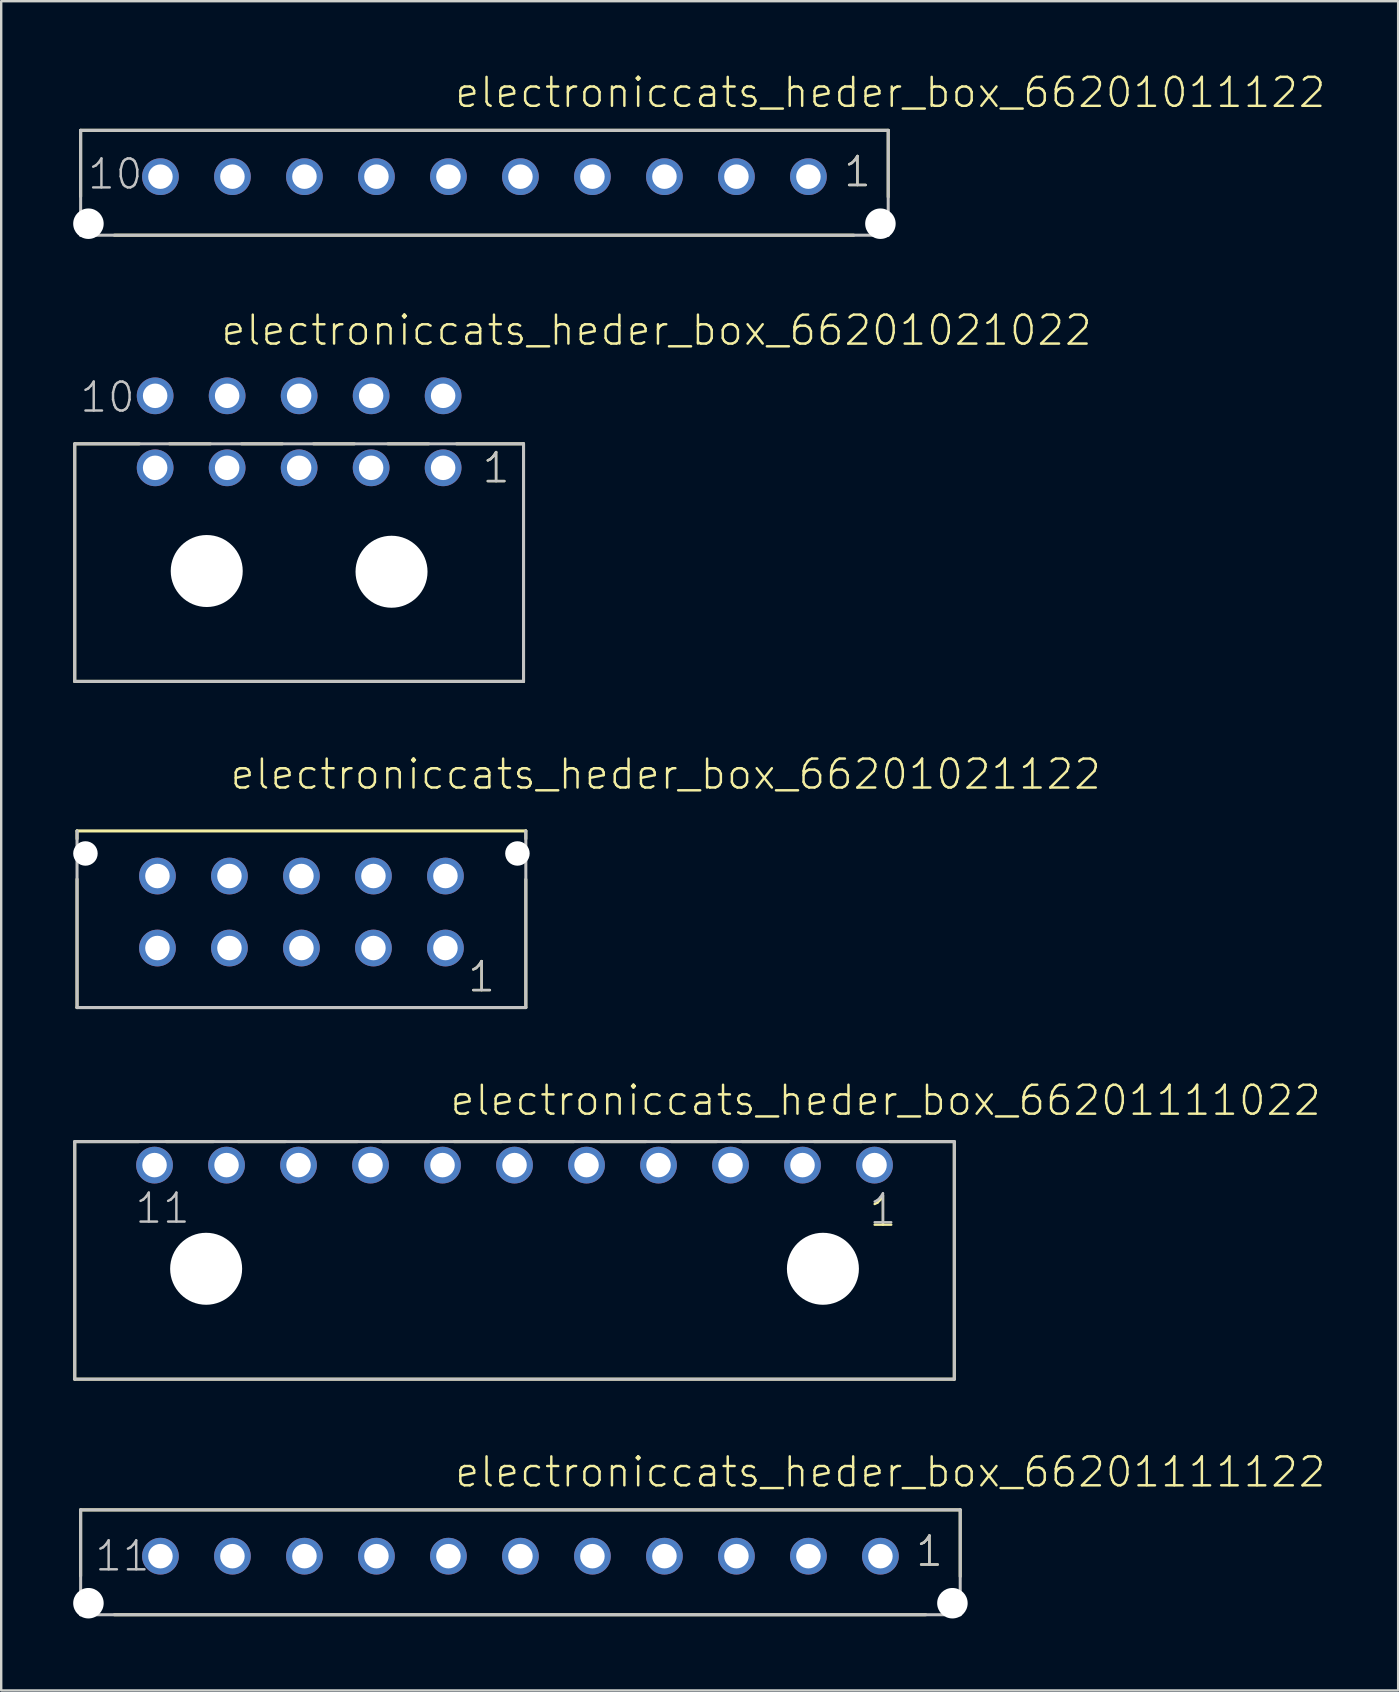
<source format=kicad_pcb>
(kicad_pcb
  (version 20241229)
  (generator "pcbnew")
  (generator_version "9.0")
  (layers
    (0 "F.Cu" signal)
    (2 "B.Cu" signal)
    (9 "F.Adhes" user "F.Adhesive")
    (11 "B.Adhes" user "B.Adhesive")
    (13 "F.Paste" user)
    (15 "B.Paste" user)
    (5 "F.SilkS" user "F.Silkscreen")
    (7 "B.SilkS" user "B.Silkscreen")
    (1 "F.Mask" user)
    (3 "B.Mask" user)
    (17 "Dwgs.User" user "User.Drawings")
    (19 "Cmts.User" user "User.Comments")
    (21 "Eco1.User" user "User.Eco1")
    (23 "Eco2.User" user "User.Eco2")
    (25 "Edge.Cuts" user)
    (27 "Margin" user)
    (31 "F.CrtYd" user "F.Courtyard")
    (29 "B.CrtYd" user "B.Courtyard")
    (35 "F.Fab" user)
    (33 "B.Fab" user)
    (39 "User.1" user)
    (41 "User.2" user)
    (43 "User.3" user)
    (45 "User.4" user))
  (footprint "electroniccats_heder_box_66201021022"
    (layer "F.Cu")
    (at 9.414 20.743)
    (property "Reference" "electroniccats_heder_box_66201021022" (at -3.32 -9.325 0) (layer "F.SilkS") (effects (font (size 1.206 1.206) (thickness 0.102)) (justify left bottom)))
    (attr through_hole)
    (fp_line (start -9.35 4.6) (end -9.35 -5.3) (stroke (width 0.127) (type solid)) (layer "F.SilkS"))
    (fp_line (start -6.66 -5.3) (end -9.35 -5.3) (stroke (width 0.127) (type solid)) (layer "F.SilkS"))
    (fp_line (start -5.4 -5.3) (end -3.7 -5.3) (stroke (width 0.127) (type solid)) (layer "F.SilkS"))
    (fp_line (start -2.4 -5.3) (end -0.7 -5.3) (stroke (width 0.127) (type solid)) (layer "F.SilkS"))
    (fp_line (start 0.6 -5.3) (end 2.3 -5.3) (stroke (width 0.127) (type solid)) (layer "F.SilkS"))
    (fp_line (start 3.7 -5.3) (end 5.4 -5.3) (stroke (width 0.127) (type solid)) (layer "F.SilkS"))
    (fp_line (start 6.56 -5.3) (end 9.35 -5.3) (stroke (width 0.127) (type solid)) (layer "F.SilkS"))
    (fp_line (start 9.35 -5.3) (end 9.35 4.6) (stroke (width 0.127) (type solid)) (layer "F.SilkS"))
    (fp_line (start 9.35 4.6) (end -9.35 4.6) (stroke (width 0.127) (type solid)) (layer "F.SilkS"))
    (fp_line (start -9.35 -5.3) (end 9.35 -5.3) (stroke (width 0.127) (type solid)) (layer "Dwgs.User"))
    (fp_line (start -9.35 4.6) (end -9.35 -5.3) (stroke (width 0.127) (type solid)) (layer "Dwgs.User"))
    (fp_line (start 9.35 -5.3) (end 9.35 4.6) (stroke (width 0.127) (type solid)) (layer "Dwgs.User"))
    (fp_line (start 9.35 4.6) (end -9.35 4.6) (stroke (width 0.127) (type solid)) (layer "Dwgs.User"))
    (fp_text user "1" (at 7.565 -3.595 0) (layer "F.SilkS") (effects (font (size 1.206 1.206) (thickness 0.102)) (justify left bottom)))
    (fp_text user "10" (at -9.2 -6.535 0) (layer "Dwgs.User") (effects (font (size 1.206 1.206) (thickness 0.102)) (justify left bottom)))
    (fp_text user "1" (at 7.565 -3.595 0) (layer "Dwgs.User") (effects (font (size 1.206 1.206) (thickness 0.102)) (justify left bottom)))
    (pad "" np_thru_hole circle (at -3.85 0) (size 3 3) (drill 3) (layers "*.Cu"))
    (pad "" np_thru_hole circle (at 3.85 0.03) (size 3 3) (drill 3) (layers "*.Cu"))
    (pad "1" thru_hole circle (at 6 -4.3) (size 1.53 1.53) (drill 1.02) (layers "*.Cu" "*.Mask"))
    (pad "2" thru_hole circle (at 3 -4.3) (size 1.53 1.53) (drill 1.02) (layers "*.Cu" "*.Mask"))
    (pad "3" thru_hole circle (at 0 -4.3) (size 1.53 1.53) (drill 1.02) (layers "*.Cu" "*.Mask"))
    (pad "4" thru_hole circle (at -3 -4.3) (size 1.53 1.53) (drill 1.02) (layers "*.Cu" "*.Mask"))
    (pad "5" thru_hole circle (at -6 -4.3) (size 1.53 1.53) (drill 1.02) (layers "*.Cu" "*.Mask"))
    (pad "6" thru_hole circle (at 6 -7.3) (size 1.53 1.53) (drill 1.02) (layers "*.Cu" "*.Mask"))
    (pad "7" thru_hole circle (at 3 -7.3) (size 1.53 1.53) (drill 1.02) (layers "*.Cu" "*.Mask"))
    (pad "8" thru_hole circle (at 0 -7.3) (size 1.53 1.53) (drill 1.02) (layers "*.Cu" "*.Mask"))
    (pad "9" thru_hole circle (at -3 -7.3) (size 1.53 1.53) (drill 1.02) (layers "*.Cu" "*.Mask"))
    (pad "10" thru_hole circle (at -6 -7.3) (size 1.53 1.53) (drill 1.02) (layers "*.Cu" "*.Mask")))
  (footprint "electroniccats_heder_box_66201011122"
    (layer "F.Cu")
    (at 17.135 4.311)
    (property "Reference" "electroniccats_heder_box_66201011122" (at -1.3 -2.8 0) (layer "F.SilkS") (effects (font (size 1.206 1.206) (thickness 0.102)) (justify left bottom)))
    (attr through_hole)
    (fp_line (start -16.825 -1.93) (end 16.825 -1.93) (stroke (width 0.127) (type solid)) (layer "F.SilkS"))
    (fp_line (start -16.825 0.825) (end -16.825 -1.93) (stroke (width 0.127) (type solid)) (layer "F.SilkS"))
    (fp_line (start -15.42 2.44) (end 15.39 2.44) (stroke (width 0.127) (type solid)) (layer "F.SilkS"))
    (fp_line (start 16.825 -1.93) (end 16.825 0.845) (stroke (width 0.127) (type solid)) (layer "F.SilkS"))
    (fp_line (start -16.825 -1.93) (end 16.825 -1.93) (stroke (width 0.127) (type solid)) (layer "Dwgs.User"))
    (fp_line (start -16.825 2.44) (end -16.825 -1.93) (stroke (width 0.127) (type solid)) (layer "Dwgs.User"))
    (fp_line (start 16.825 -1.93) (end 16.825 2.44) (stroke (width 0.127) (type solid)) (layer "Dwgs.User"))
    (fp_line (start 16.825 2.44) (end -16.825 2.44) (stroke (width 0.127) (type solid)) (layer "Dwgs.User"))
    (fp_text user "1" (at 14.9 0.5 0) (layer "F.SilkS") (effects (font (size 1.206 1.206) (thickness 0.102)) (justify left bottom)))
    (fp_text user "1" (at 14.9 0.5 0) (layer "Dwgs.User") (effects (font (size 1.206 1.206) (thickness 0.102)) (justify left bottom)))
    (fp_text user "10" (at -16.6 0.6 0) (layer "Dwgs.User") (effects (font (size 1.206 1.206) (thickness 0.102)) (justify left bottom)))
    (pad "" np_thru_hole circle (at -16.5 1.96) (size 1.27 1.27) (drill 1.27) (layers "*.Cu"))
    (pad "" np_thru_hole circle (at 16.5 1.96) (size 1.27 1.27) (drill 1.27) (layers "*.Cu"))
    (pad "1" thru_hole circle (at 13.5 0) (size 1.53 1.53) (drill 1.02) (layers "*.Cu" "*.Mask"))
    (pad "2" thru_hole circle (at 10.5 0) (size 1.53 1.53) (drill 1.02) (layers "*.Cu" "*.Mask"))
    (pad "3" thru_hole circle (at 7.5 0) (size 1.53 1.53) (drill 1.02) (layers "*.Cu" "*.Mask"))
    (pad "4" thru_hole circle (at 4.5 0) (size 1.53 1.53) (drill 1.02) (layers "*.Cu" "*.Mask"))
    (pad "5" thru_hole circle (at 1.5 0) (size 1.53 1.53) (drill 1.02) (layers "*.Cu" "*.Mask"))
    (pad "6" thru_hole circle (at -1.5 0) (size 1.53 1.53) (drill 1.02) (layers "*.Cu" "*.Mask"))
    (pad "7" thru_hole circle (at -4.5 0) (size 1.53 1.53) (drill 1.02) (layers "*.Cu" "*.Mask"))
    (pad "8" thru_hole circle (at -7.5 0) (size 1.53 1.53) (drill 1.02) (layers "*.Cu" "*.Mask"))
    (pad "9" thru_hole circle (at -10.5 0) (size 1.53 1.53) (drill 1.02) (layers "*.Cu" "*.Mask"))
    (pad "10" thru_hole circle (at -13.5 0) (size 1.53 1.53) (drill 1.02) (layers "*.Cu" "*.Mask")))
  (footprint "electroniccats_heder_box_66201021122"
    (layer "F.Cu")
    (at 9.51 34.952)
    (property "Reference" "electroniccats_heder_box_66201021122" (at -3.035 -5.035 0) (layer "F.SilkS") (effects (font (size 1.206 1.206) (thickness 0.102)) (justify left bottom)))
    (attr through_hole)
    (fp_line (start -9.35 -3.05) (end -9.35 -3.38) (stroke (width 0.127) (type solid)) (layer "F.SilkS"))
    (fp_line (start -9.35 -1.37) (end -9.35 3.98) (stroke (width 0.127) (type solid)) (layer "F.SilkS"))
    (fp_line (start -9.35 3.98) (end 9.35 3.98) (stroke (width 0.127) (type solid)) (layer "F.SilkS"))
    (fp_line (start 9.35 -3.38) (end -9.35 -3.38) (stroke (width 0.127) (type solid)) (layer "F.SilkS"))
    (fp_line (start 9.35 -3.05) (end 9.35 -3.38) (stroke (width 0.127) (type solid)) (layer "F.SilkS"))
    (fp_line (start 9.35 -1.36) (end 9.35 3.94) (stroke (width 0.127) (type solid)) (layer "F.SilkS"))
    (fp_line (start -9.35 -3.38) (end -9.35 3.98) (stroke (width 0.127) (type solid)) (layer "Dwgs.User"))
    (fp_line (start -9.35 3.98) (end 9.35 3.98) (stroke (width 0.127) (type solid)) (layer "Dwgs.User"))
    (fp_line (start 9.35 3.98) (end 9.35 -3.38) (stroke (width 0.127) (type solid)) (layer "Dwgs.User"))
    (fp_text user "1" (at 6.865 3.405 0) (layer "F.SilkS") (effects (font (size 1.206 1.206) (thickness 0.102)) (justify left bottom)))
    (fp_text user "1" (at 6.865 3.405 0) (layer "Dwgs.User") (effects (font (size 1.206 1.206) (thickness 0.102)) (justify left bottom)))
    (pad "" np_thru_hole circle (at -9 -2.44) (size 1.02 1.02) (drill 1.02) (layers "*.Cu"))
    (pad "" np_thru_hole circle (at 9 -2.44) (size 1.02 1.02) (drill 1.02) (layers "*.Cu"))
    (pad "1" thru_hole circle (at 6 1.5) (size 1.53 1.53) (drill 1.02) (layers "*.Cu" "*.Mask"))
    (pad "2" thru_hole circle (at 3 1.5) (size 1.53 1.53) (drill 1.02) (layers "*.Cu" "*.Mask"))
    (pad "3" thru_hole circle (at 0 1.5) (size 1.53 1.53) (drill 1.02) (layers "*.Cu" "*.Mask"))
    (pad "4" thru_hole circle (at -3 1.5) (size 1.53 1.53) (drill 1.02) (layers "*.Cu" "*.Mask"))
    (pad "5" thru_hole circle (at -6 1.5) (size 1.53 1.53) (drill 1.02) (layers "*.Cu" "*.Mask"))
    (pad "6" thru_hole circle (at 6 -1.5) (size 1.53 1.53) (drill 1.02) (layers "*.Cu" "*.Mask"))
    (pad "7" thru_hole circle (at 3 -1.5) (size 1.53 1.53) (drill 1.02) (layers "*.Cu" "*.Mask"))
    (pad "8" thru_hole circle (at 0 -1.5) (size 1.53 1.53) (drill 1.02) (layers "*.Cu" "*.Mask"))
    (pad "9" thru_hole circle (at -3 -1.5) (size 1.53 1.53) (drill 1.02) (layers "*.Cu" "*.Mask"))
    (pad "10" thru_hole circle (at -6 -1.5) (size 1.53 1.53) (drill 1.02) (layers "*.Cu" "*.Mask")))
  (footprint "electroniccats_heder_box_66201111022"
    (layer "F.Cu")
    (at 18.389 49.817)
    (property "Reference" "electroniccats_heder_box_66201111022" (at -2.75 -6.31 0) (layer "F.SilkS") (effects (font (size 1.206 1.206) (thickness 0.102)) (justify left bottom)))
    (attr through_hole)
    (fp_line (start -18.325 4.6) (end -18.325 -5.3) (stroke (width 0.127) (type solid)) (layer "F.SilkS"))
    (fp_line (start -18.3 -5.3) (end -15.65 -5.3) (stroke (width 0.127) (type solid)) (layer "F.SilkS"))
    (fp_line (start -14.52 -5.3) (end -12.54 -5.3) (stroke (width 0.127) (type solid)) (layer "F.SilkS"))
    (fp_line (start -11.52 -5.3) (end -9.54 -5.3) (stroke (width 0.127) (type solid)) (layer "F.SilkS"))
    (fp_line (start -8.52 -5.3) (end -6.54 -5.3) (stroke (width 0.127) (type solid)) (layer "F.SilkS"))
    (fp_line (start -5.52 -5.3) (end -3.54 -5.3) (stroke (width 0.127) (type solid)) (layer "F.SilkS"))
    (fp_line (start -2.52 -5.3) (end -0.54 -5.3) (stroke (width 0.127) (type solid)) (layer "F.SilkS"))
    (fp_line (start 0.58 -5.3) (end 2.48 -5.3) (stroke (width 0.127) (type solid)) (layer "F.SilkS"))
    (fp_line (start 3.58 -5.3) (end 5.48 -5.3) (stroke (width 0.127) (type solid)) (layer "F.SilkS"))
    (fp_line (start 6.53 -5.3) (end 8.43 -5.3) (stroke (width 0.127) (type solid)) (layer "F.SilkS"))
    (fp_line (start 9.48 -5.3) (end 11.46 -5.3) (stroke (width 0.127) (type solid)) (layer "F.SilkS"))
    (fp_line (start 12.48 -5.3) (end 14.46 -5.3) (stroke (width 0.127) (type solid)) (layer "F.SilkS"))
    (fp_line (start 15.63 -5.3) (end 18.3 -5.3) (stroke (width 0.127) (type solid)) (layer "F.SilkS"))
    (fp_line (start 18.325 -5.3) (end 18.325 4.6) (stroke (width 0.127) (type solid)) (layer "F.SilkS"))
    (fp_line (start 18.325 4.6) (end -18.325 4.6) (stroke (width 0.127) (type solid)) (layer "F.SilkS"))
    (fp_line (start -18.325 -5.3) (end 18.325 -5.3) (stroke (width 0.127) (type solid)) (layer "Dwgs.User"))
    (fp_line (start -18.325 4.6) (end -18.325 -5.3) (stroke (width 0.127) (type solid)) (layer "Dwgs.User"))
    (fp_line (start 18.325 -5.3) (end 18.325 4.6) (stroke (width 0.127) (type solid)) (layer "Dwgs.User"))
    (fp_line (start 18.325 4.6) (end -18.325 4.6) (stroke (width 0.127) (type solid)) (layer "Dwgs.User"))
    (fp_text user "1" (at 14.71 -1.685 0) (layer "F.SilkS") (effects (font (size 1.206 1.206) (thickness 0.102)) (justify left bottom)))
    (fp_text user "1" (at 14.71 -1.785 0) (layer "Dwgs.User") (effects (font (size 1.206 1.206) (thickness 0.102)) (justify left bottom)))
    (fp_text user "11" (at -15.88 -1.815 0) (layer "Dwgs.User") (effects (font (size 1.206 1.206) (thickness 0.102)) (justify left bottom)))
    (pad "" np_thru_hole circle (at -12.85 0) (size 3 3) (drill 3) (layers "*.Cu"))
    (pad "" np_thru_hole circle (at 12.85 0) (size 3 3) (drill 3) (layers "*.Cu"))
    (pad "1" thru_hole circle (at 15 -4.32) (size 1.53 1.53) (drill 1.02) (layers "*.Cu" "*.Mask"))
    (pad "2" thru_hole circle (at 12 -4.32) (size 1.53 1.53) (drill 1.02) (layers "*.Cu" "*.Mask"))
    (pad "3" thru_hole circle (at 9 -4.32) (size 1.53 1.53) (drill 1.02) (layers "*.Cu" "*.Mask"))
    (pad "4" thru_hole circle (at 6 -4.32) (size 1.53 1.53) (drill 1.02) (layers "*.Cu" "*.Mask"))
    (pad "5" thru_hole circle (at 3 -4.32) (size 1.53 1.53) (drill 1.02) (layers "*.Cu" "*.Mask"))
    (pad "6" thru_hole circle (at 0 -4.32) (size 1.53 1.53) (drill 1.02) (layers "*.Cu" "*.Mask"))
    (pad "7" thru_hole circle (at -3 -4.32) (size 1.53 1.53) (drill 1.02) (layers "*.Cu" "*.Mask"))
    (pad "8" thru_hole circle (at -6 -4.32) (size 1.53 1.53) (drill 1.02) (layers "*.Cu" "*.Mask"))
    (pad "9" thru_hole circle (at -9 -4.32) (size 1.53 1.53) (drill 1.02) (layers "*.Cu" "*.Mask"))
    (pad "10" thru_hole circle (at -12 -4.32) (size 1.53 1.53) (drill 1.02) (layers "*.Cu" "*.Mask"))
    (pad "11" thru_hole circle (at -15 -4.32) (size 1.53 1.53) (drill 1.02) (layers "*.Cu" "*.Mask")))
  (footprint "electroniccats_heder_box_66201111122"
    (layer "F.Cu")
    (at 18.635 61.792)
    (property "Reference" "electroniccats_heder_box_66201111122" (at -2.8 -2.8 0) (layer "F.SilkS") (effects (font (size 1.206 1.206) (thickness 0.102)) (justify left bottom)))
    (attr through_hole)
    (fp_line (start -18.325 -1.93) (end 18.325 -1.93) (stroke (width 0.127) (type solid)) (layer "F.SilkS"))
    (fp_line (start -18.325 0.825) (end -18.325 -1.93) (stroke (width 0.127) (type solid)) (layer "F.SilkS"))
    (fp_line (start -16.92 2.44) (end 16.89 2.44) (stroke (width 0.127) (type solid)) (layer "F.SilkS"))
    (fp_line (start 18.325 -1.93) (end 18.325 0.845) (stroke (width 0.127) (type solid)) (layer "F.SilkS"))
    (fp_line (start -18.325 -1.93) (end 18.325 -1.93) (stroke (width 0.127) (type solid)) (layer "Dwgs.User"))
    (fp_line (start -18.325 2.44) (end -18.325 -1.93) (stroke (width 0.127) (type solid)) (layer "Dwgs.User"))
    (fp_line (start 18.325 -1.93) (end 18.325 2.44) (stroke (width 0.127) (type solid)) (layer "Dwgs.User"))
    (fp_line (start 18.325 2.44) (end -18.325 2.44) (stroke (width 0.127) (type solid)) (layer "Dwgs.User"))
    (fp_text user "1" (at 16.4 0.5 0) (layer "F.SilkS") (effects (font (size 1.206 1.206) (thickness 0.102)) (justify left bottom)))
    (fp_text user "11" (at -17.8 0.7 0) (layer "Dwgs.User") (effects (font (size 1.206 1.206) (thickness 0.102)) (justify left bottom)))
    (fp_text user "1" (at 16.4 0.5 0) (layer "Dwgs.User") (effects (font (size 1.206 1.206) (thickness 0.102)) (justify left bottom)))
    (pad "" np_thru_hole circle (at -18 1.96) (size 1.27 1.27) (drill 1.27) (layers "*.Cu"))
    (pad "" np_thru_hole circle (at 18 1.96) (size 1.27 1.27) (drill 1.27) (layers "*.Cu"))
    (pad "1" thru_hole circle (at 15 0) (size 1.53 1.53) (drill 1.02) (layers "*.Cu" "*.Mask"))
    (pad "2" thru_hole circle (at 12 0) (size 1.53 1.53) (drill 1.02) (layers "*.Cu" "*.Mask"))
    (pad "3" thru_hole circle (at 9 0) (size 1.53 1.53) (drill 1.02) (layers "*.Cu" "*.Mask"))
    (pad "4" thru_hole circle (at 6 0) (size 1.53 1.53) (drill 1.02) (layers "*.Cu" "*.Mask"))
    (pad "5" thru_hole circle (at 3 0) (size 1.53 1.53) (drill 1.02) (layers "*.Cu" "*.Mask"))
    (pad "6" thru_hole circle (at 0 0) (size 1.53 1.53) (drill 1.02) (layers "*.Cu" "*.Mask"))
    (pad "7" thru_hole circle (at -3 0) (size 1.53 1.53) (drill 1.02) (layers "*.Cu" "*.Mask"))
    (pad "8" thru_hole circle (at -6 0) (size 1.53 1.53) (drill 1.02) (layers "*.Cu" "*.Mask"))
    (pad "9" thru_hole circle (at -9 0) (size 1.53 1.53) (drill 1.02) (layers "*.Cu" "*.Mask"))
    (pad "10" thru_hole circle (at -12 0) (size 1.53 1.53) (drill 1.02) (layers "*.Cu" "*.Mask"))
    (pad "11" thru_hole circle (at -15 0) (size 1.53 1.53) (drill 1.02) (layers "*.Cu" "*.Mask")))
  (gr_rect
    (start -3 -3)
    (end 55.208 67.387)
    (stroke (width 0.1) (type default))
    (fill no)
    (layer "Edge.Cuts")))
</source>
